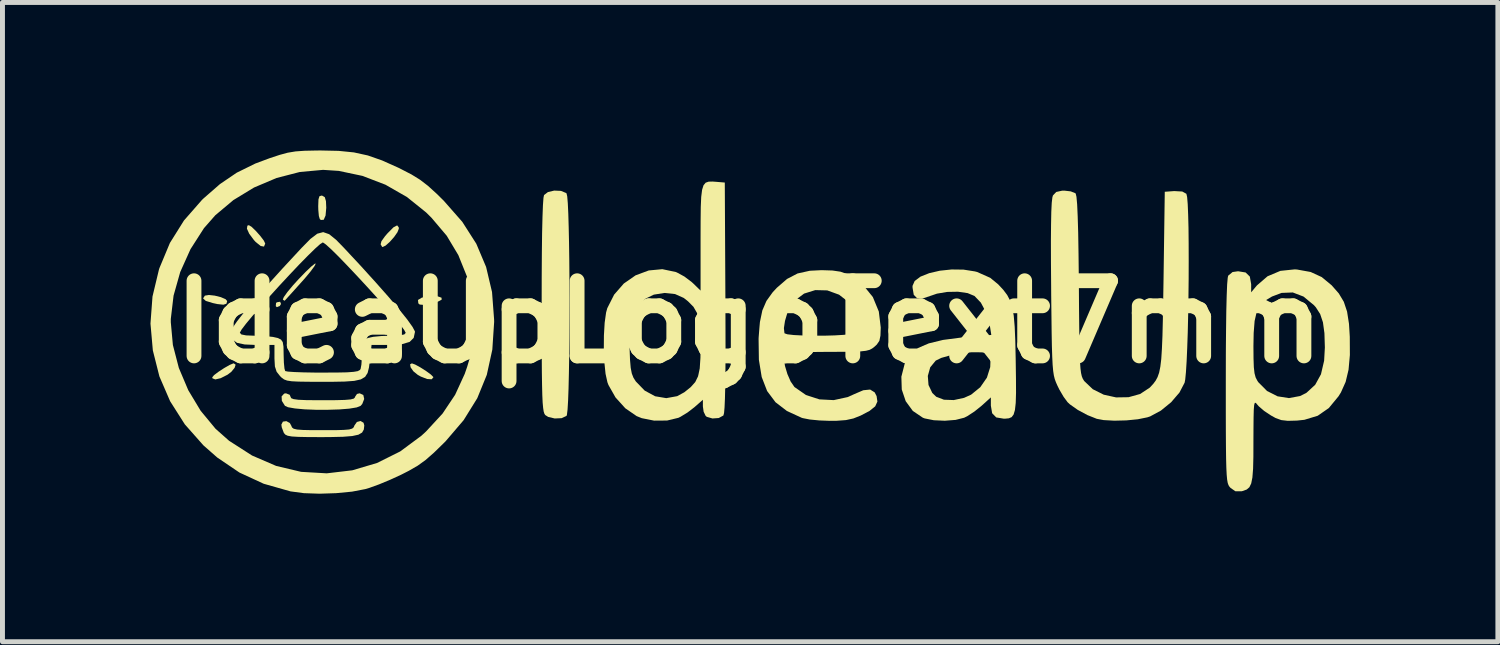
<source format=kicad_pcb>
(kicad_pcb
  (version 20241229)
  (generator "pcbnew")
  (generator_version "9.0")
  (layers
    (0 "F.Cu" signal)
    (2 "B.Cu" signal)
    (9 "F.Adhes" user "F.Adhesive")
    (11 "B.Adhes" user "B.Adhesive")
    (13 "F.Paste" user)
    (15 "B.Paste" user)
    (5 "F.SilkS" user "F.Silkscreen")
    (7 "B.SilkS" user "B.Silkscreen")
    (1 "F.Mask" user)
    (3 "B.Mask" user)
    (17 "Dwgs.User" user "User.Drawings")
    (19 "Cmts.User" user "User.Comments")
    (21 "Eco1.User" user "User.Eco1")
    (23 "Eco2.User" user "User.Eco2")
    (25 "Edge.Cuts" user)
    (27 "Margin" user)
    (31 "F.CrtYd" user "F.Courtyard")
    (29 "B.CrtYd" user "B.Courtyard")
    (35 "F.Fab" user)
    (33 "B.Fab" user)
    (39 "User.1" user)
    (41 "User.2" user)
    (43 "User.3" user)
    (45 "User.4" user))
  (footprint "IdeaUpLogoText7mm"
    (layer "F.Cu")
    (at 12.131 3.475)
    (property "Reference" "IdeaUpLogoText7mm" (at 0 0 0) (layer "F.SilkS") (effects (font (size 1.524 1.524) (thickness 0.3))))
    (attr board_only exclude_from_pos_files exclude_from_bom)
    (fp_poly (pts (xy -9.485 -0.364) (xy -9.511 -0.322) (xy -9.57 -0.299) (xy -9.591 -0.32) (xy -9.586 -0.383) (xy -9.569 -0.398) (xy -9.503 -0.409)) (stroke (width 0) (type solid)) (fill yes) (layer "F.SilkS"))
    (fp_poly (pts (xy -10.829 -0.533) (xy -10.705 -0.502) (xy -10.609 -0.461) (xy -10.576 -0.423) (xy -10.592 -0.368) (xy -10.653 -0.349) (xy -10.775 -0.362) (xy -10.867 -0.382) (xy -11.01 -0.426) (xy -11.065 -0.477) (xy -11.03 -0.53) (xy -11.026 -0.533) (xy -10.947 -0.546)) (stroke (width 0) (type solid)) (fill yes) (layer "F.SilkS"))
    (fp_poly (pts (xy -10.082 -1.928) (xy -9.998 -1.847) (xy -9.907 -1.745) (xy -9.834 -1.649) (xy -9.805 -1.589) (xy -9.83 -1.527) (xy -9.898 -1.539) (xy -9.999 -1.621) (xy -10.034 -1.659) (xy -10.13 -1.788) (xy -10.176 -1.89) (xy -10.167 -1.951) (xy -10.137 -1.961)) (stroke (width 0) (type solid)) (fill yes) (layer "F.SilkS"))
    (fp_poly (pts (xy -10.405 0.867) (xy -10.426 0.931) (xy -10.492 1.011) (xy -10.569 1.07) (xy -10.709 1.141) (xy -10.817 1.166) (xy -10.875 1.143) (xy -10.879 1.123) (xy -10.843 1.079) (xy -10.753 1.011) (xy -10.638 0.936) (xy -10.528 0.873) (xy -10.452 0.841) (xy -10.443 0.84)) (stroke (width 0) (type solid)) (fill yes) (layer "F.SilkS"))
    (fp_poly (pts (xy -8.65 -2.559) (xy -8.598 -2.529) (xy -8.574 -2.448) (xy -8.568 -2.314) (xy -8.582 -2.157) (xy -8.619 -2.071) (xy -8.676 -2.066) (xy -8.699 -2.085) (xy -8.718 -2.147) (xy -8.729 -2.268) (xy -8.731 -2.346) (xy -8.726 -2.483) (xy -8.706 -2.548) (xy -8.662 -2.561)) (stroke (width 0) (type solid)) (fill yes) (layer "F.SilkS"))
    (fp_poly (pts (xy -7.099 -1.917) (xy -7.097 -1.89) (xy -7.125 -1.818) (xy -7.193 -1.721) (xy -7.28 -1.623) (xy -7.365 -1.547) (xy -7.425 -1.518) (xy -7.436 -1.522) (xy -7.466 -1.573) (xy -7.449 -1.637) (xy -7.377 -1.737) (xy -7.326 -1.796) (xy -7.206 -1.917) (xy -7.131 -1.957)) (stroke (width 0) (type solid)) (fill yes) (layer "F.SilkS"))
    (fp_poly (pts (xy -6.766 0.864) (xy -6.66 0.922) (xy -6.544 0.996) (xy -6.447 1.067) (xy -6.398 1.117) (xy -6.397 1.123) (xy -6.432 1.163) (xy -6.525 1.157) (xy -6.653 1.107) (xy -6.712 1.074) (xy -6.802 1.001) (xy -6.858 0.921) (xy -6.869 0.86) (xy -6.833 0.84)) (stroke (width 0) (type solid)) (fill yes) (layer "F.SilkS"))
    (fp_poly (pts (xy -6.308 -0.518) (xy -6.232 -0.491) (xy -6.228 -0.452) (xy -6.304 -0.411) (xy -6.359 -0.398) (xy -6.49 -0.369) (xy -6.591 -0.345) (xy -6.591 -0.345) (xy -6.674 -0.352) (xy -6.702 -0.376) (xy -6.709 -0.445) (xy -6.629 -0.493) (xy -6.46 -0.521) (xy -6.448 -0.522)) (stroke (width 0) (type solid)) (fill yes) (layer "F.SilkS"))
    (fp_poly (pts (xy -8.809 -1.127) (xy -8.888 -1.02) (xy -9.004 -0.881) (xy -9.089 -0.786) (xy -9.221 -0.639) (xy -9.328 -0.521) (xy -9.395 -0.447) (xy -9.411 -0.429) (xy -9.44 -0.445) (xy -9.448 -0.456) (xy -9.428 -0.504) (xy -9.356 -0.605) (xy -9.243 -0.741) (xy -9.128 -0.867) (xy -8.989 -1.011) (xy -8.876 -1.119) (xy -8.803 -1.178) (xy -8.78 -1.183)) (stroke (width 0) (type solid)) (fill yes) (layer "F.SilkS"))
    (fp_poly (pts (xy -7.817 1.481) (xy -7.799 1.562) (xy -7.838 1.662) (xy -7.871 1.701) (xy -7.951 1.733) (xy -8.102 1.758) (xy -8.305 1.774) (xy -8.537 1.781) (xy -8.778 1.781) (xy -9.007 1.772) (xy -9.203 1.754) (xy -9.344 1.729) (xy -9.405 1.701) (xy -9.468 1.601) (xy -9.473 1.509) (xy -9.421 1.453) (xy -9.385 1.447) (xy -9.309 1.477) (xy -9.292 1.517) (xy -9.278 1.546) (xy -9.23 1.565) (xy -9.134 1.578) (xy -8.975 1.585) (xy -8.741 1.587) (xy -8.638 1.587) (xy -8.374 1.586) (xy -8.191 1.581) (xy -8.074 1.571) (xy -8.01 1.554) (xy -7.986 1.529) (xy -7.984 1.517) (xy -7.945 1.46) (xy -7.891 1.447)) (stroke (width 0) (type solid)) (fill yes) (layer "F.SilkS"))
    (fp_poly (pts (xy -7.812 2.044) (xy -7.797 2.098) (xy -7.807 2.182) (xy -7.842 2.243) (xy -7.916 2.286) (xy -8.041 2.313) (xy -8.228 2.328) (xy -8.491 2.334) (xy -8.663 2.335) (xy -8.938 2.334) (xy -9.134 2.33) (xy -9.267 2.322) (xy -9.35 2.307) (xy -9.397 2.285) (xy -9.425 2.253) (xy -9.43 2.244) (xy -9.47 2.137) (xy -9.478 2.081) (xy -9.447 2.021) (xy -9.377 2.011) (xy -9.307 2.049) (xy -9.278 2.101) (xy -9.262 2.139) (xy -9.228 2.165) (xy -9.16 2.181) (xy -9.042 2.19) (xy -8.86 2.194) (xy -8.638 2.194) (xy -8.387 2.194) (xy -8.215 2.189) (xy -8.104 2.18) (xy -8.042 2.162) (xy -8.011 2.135) (xy -7.998 2.101) (xy -7.947 2.028) (xy -7.873 2.008)) (stroke (width 0) (type solid)) (fill yes) (layer "F.SilkS"))
    (fp_poly (pts (xy -3.812 -2.656) (xy -3.706 -2.613) (xy -3.698 -2.605) (xy -3.684 -2.546) (xy -3.672 -2.404) (xy -3.662 -2.192) (xy -3.654 -1.92) (xy -3.647 -1.6) (xy -3.642 -1.243) (xy -3.639 -0.86) (xy -3.637 -0.463) (xy -3.638 -0.062) (xy -3.64 0.33) (xy -3.644 0.703) (xy -3.65 1.045) (xy -3.657 1.346) (xy -3.666 1.593) (xy -3.677 1.775) (xy -3.69 1.882) (xy -3.698 1.905) (xy -3.798 1.951) (xy -3.937 1.957) (xy -4.069 1.926) (xy -4.129 1.888) (xy -4.146 1.862) (xy -4.161 1.816) (xy -4.172 1.743) (xy -4.182 1.634) (xy -4.189 1.481) (xy -4.194 1.277) (xy -4.198 1.013) (xy -4.2 0.682) (xy -4.202 0.274) (xy -4.202 -0.216) (xy -4.202 -0.333) (xy -4.201 -0.904) (xy -4.198 -1.395) (xy -4.193 -1.804) (xy -4.185 -2.129) (xy -4.176 -2.367) (xy -4.165 -2.516) (xy -4.154 -2.571) (xy -4.075 -2.632) (xy -3.948 -2.662)) (stroke (width 0) (type solid)) (fill yes) (layer "F.SilkS"))
    (fp_poly (pts (xy -0.669 -2.84) (xy -0.49 -2.825) (xy -0.478 -0.496) (xy -0.476 0.083) (xy -0.475 0.572) (xy -0.477 0.978) (xy -0.481 1.303) (xy -0.487 1.553) (xy -0.495 1.732) (xy -0.505 1.845) (xy -0.518 1.896) (xy -0.519 1.897) (xy -0.612 1.948) (xy -0.74 1.957) (xy -0.854 1.924) (xy -0.878 1.905) (xy -0.919 1.82) (xy -0.934 1.713) (xy -0.934 1.578) (xy -1.106 1.729) (xy -1.244 1.835) (xy -1.388 1.923) (xy -1.431 1.944) (xy -1.66 1.999) (xy -1.922 2.001) (xy -2.173 1.951) (xy -2.277 1.909) (xy -2.506 1.751) (xy -2.705 1.531) (xy -2.848 1.279) (xy -2.869 1.224) (xy -2.907 1.052) (xy -2.931 0.818) (xy -2.943 0.549) (xy -2.942 0.529) (xy -2.42 0.529) (xy -2.42 0.531) (xy -2.411 0.767) (xy -2.397 0.931) (xy -2.375 1.045) (xy -2.341 1.132) (xy -2.293 1.207) (xy -2.114 1.392) (xy -1.902 1.507) (xy -1.676 1.545) (xy -1.455 1.505) (xy -1.309 1.425) (xy -1.18 1.321) (xy -1.089 1.219) (xy -1.031 1.1) (xy -0.998 0.943) (xy -0.984 0.729) (xy -0.981 0.485) (xy -0.986 0.197) (xy -1.008 -0.018) (xy -1.052 -0.179) (xy -1.125 -0.306) (xy -1.235 -0.417) (xy -1.322 -0.486) (xy -1.499 -0.565) (xy -1.713 -0.587) (xy -1.928 -0.553) (xy -2.09 -0.475) (xy -2.233 -0.351) (xy -2.331 -0.207) (xy -2.391 -0.023) (xy -2.419 0.216) (xy -2.42 0.529) (xy -2.942 0.529) (xy -2.94 0.273) (xy -2.925 0.017) (xy -2.896 -0.191) (xy -2.872 -0.278) (xy -2.733 -0.553) (xy -2.537 -0.778) (xy -2.298 -0.944) (xy -2.032 -1.043) (xy -1.756 -1.069) (xy -1.484 -1.012) (xy -1.458 -1.001) (xy -1.309 -0.92) (xy -1.161 -0.808) (xy -1.132 -0.782) (xy -0.981 -0.635) (xy -0.981 -1.689) (xy -0.98 -2.05) (xy -0.977 -2.328) (xy -0.968 -2.534) (xy -0.95 -2.678) (xy -0.921 -2.77) (xy -0.878 -2.822) (xy -0.818 -2.843) (xy -0.738 -2.845)) (stroke (width 0) (type solid)) (fill yes) (layer "F.SilkS"))
    (fp_poly (pts (xy 4.349 -1.06) (xy 4.578 -1.024) (xy 4.625 -1.012) (xy 4.89 -0.894) (xy 5.052 -0.761) (xy 5.155 -0.65) (xy 5.234 -0.545) (xy 5.294 -0.431) (xy 5.337 -0.295) (xy 5.367 -0.123) (xy 5.386 0.098) (xy 5.398 0.384) (xy 5.406 0.747) (xy 5.407 0.808) (xy 5.412 1.165) (xy 5.413 1.44) (xy 5.407 1.643) (xy 5.391 1.785) (xy 5.364 1.877) (xy 5.324 1.93) (xy 5.267 1.954) (xy 5.192 1.961) (xy 5.163 1.961) (xy 5.012 1.936) (xy 4.929 1.851) (xy 4.903 1.697) (xy 4.903 1.689) (xy 4.903 1.53) (xy 4.711 1.703) (xy 4.57 1.816) (xy 4.426 1.91) (xy 4.362 1.942) (xy 4.188 1.986) (xy 3.969 2.003) (xy 3.747 1.993) (xy 3.562 1.956) (xy 3.525 1.942) (xy 3.321 1.804) (xy 3.177 1.607) (xy 3.097 1.37) (xy 3.089 1.109) (xy 3.093 1.095) (xy 3.625 1.095) (xy 3.639 1.278) (xy 3.716 1.44) (xy 3.796 1.517) (xy 3.952 1.577) (xy 4.151 1.584) (xy 4.36 1.539) (xy 4.502 1.475) (xy 4.688 1.324) (xy 4.823 1.129) (xy 4.89 0.916) (xy 4.894 0.806) (xy 4.877 0.691) (xy 4.833 0.638) (xy 4.732 0.618) (xy 4.7 0.616) (xy 4.511 0.615) (xy 4.293 0.638) (xy 4.079 0.678) (xy 3.899 0.729) (xy 3.786 0.784) (xy 3.674 0.92) (xy 3.625 1.095) (xy 3.093 1.095) (xy 3.157 0.844) (xy 3.171 0.811) (xy 3.274 0.654) (xy 3.428 0.529) (xy 3.645 0.435) (xy 3.933 0.365) (xy 4.301 0.317) (xy 4.347 0.313) (xy 4.912 0.264) (xy 4.882 0.074) (xy 4.813 -0.179) (xy 4.7 -0.391) (xy 4.571 -0.526) (xy 4.432 -0.584) (xy 4.237 -0.612) (xy 4.019 -0.608) (xy 3.81 -0.573) (xy 3.711 -0.539) (xy 3.528 -0.478) (xy 3.407 -0.48) (xy 3.34 -0.55) (xy 3.316 -0.692) (xy 3.315 -0.73) (xy 3.359 -0.83) (xy 3.477 -0.918) (xy 3.653 -0.988) (xy 3.869 -1.038) (xy 4.107 -1.063)) (stroke (width 0) (type solid)) (fill yes) (layer "F.SilkS"))
    (fp_poly (pts (xy 1.693 -1.042) (xy 1.855 -1.018) (xy 1.988 -0.971) (xy 2.031 -0.949) (xy 2.31 -0.752) (xy 2.511 -0.504) (xy 2.632 -0.21) (xy 2.671 0.113) (xy 2.665 0.278) (xy 2.643 0.383) (xy 2.592 0.458) (xy 2.547 0.5) (xy 2.498 0.538) (xy 2.445 0.566) (xy 2.372 0.585) (xy 2.265 0.597) (xy 2.109 0.604) (xy 1.89 0.606) (xy 1.591 0.607) (xy 1.588 0.607) (xy 1.273 0.61) (xy 1.021 0.617) (xy 0.84 0.629) (xy 0.74 0.645) (xy 0.723 0.654) (xy 0.708 0.749) (xy 0.73 0.893) (xy 0.779 1.057) (xy 0.845 1.208) (xy 0.92 1.317) (xy 0.924 1.321) (xy 1.156 1.482) (xy 1.428 1.57) (xy 1.718 1.585) (xy 2.003 1.523) (xy 2.124 1.468) (xy 2.317 1.385) (xy 2.456 1.371) (xy 2.548 1.428) (xy 2.587 1.503) (xy 2.603 1.615) (xy 2.559 1.711) (xy 2.444 1.804) (xy 2.265 1.898) (xy 2.116 1.957) (xy 1.965 1.99) (xy 1.775 2.004) (xy 1.634 2.005) (xy 1.427 1.997) (xy 1.233 1.978) (xy 1.09 1.95) (xy 1.068 1.943) (xy 0.77 1.806) (xy 0.538 1.628) (xy 0.368 1.401) (xy 0.258 1.117) (xy 0.201 0.768) (xy 0.195 0.346) (xy 0.197 0.304) (xy 0.211 0.126) (xy 0.708 0.126) (xy 0.719 0.225) (xy 0.723 0.232) (xy 0.779 0.251) (xy 0.909 0.266) (xy 1.09 0.275) (xy 1.303 0.279) (xy 1.526 0.279) (xy 1.739 0.273) (xy 1.922 0.262) (xy 2.053 0.246) (xy 2.104 0.232) (xy 2.176 0.147) (xy 2.19 0.015) (xy 2.154 -0.142) (xy 2.075 -0.303) (xy 1.96 -0.448) (xy 1.826 -0.552) (xy 1.587 -0.639) (xy 1.344 -0.645) (xy 1.117 -0.574) (xy 0.927 -0.431) (xy 0.843 -0.32) (xy 0.777 -0.179) (xy 0.73 -0.02) (xy 0.708 0.126) (xy 0.211 0.126) (xy 0.222 0.002) (xy 0.271 -0.233) (xy 0.354 -0.425) (xy 0.479 -0.599) (xy 0.565 -0.692) (xy 0.772 -0.871) (xy 0.985 -0.982) (xy 1.234 -1.037) (xy 1.471 -1.049)) (stroke (width 0) (type solid)) (fill yes) (layer "F.SilkS"))
    (fp_poly (pts (xy 6.522 -2.646) (xy 6.613 -2.61) (xy 6.623 -2.6) (xy 6.638 -2.536) (xy 6.652 -2.382) (xy 6.663 -2.138) (xy 6.673 -1.804) (xy 6.68 -1.377) (xy 6.686 -0.858) (xy 6.687 -0.736) (xy 6.69 -0.277) (xy 6.694 0.097) (xy 6.698 0.397) (xy 6.703 0.631) (xy 6.71 0.81) (xy 6.719 0.941) (xy 6.731 1.035) (xy 6.746 1.101) (xy 6.765 1.149) (xy 6.788 1.187) (xy 6.796 1.199) (xy 6.969 1.364) (xy 7.191 1.475) (xy 7.441 1.53) (xy 7.694 1.526) (xy 7.928 1.461) (xy 8.121 1.334) (xy 8.136 1.319) (xy 8.195 1.255) (xy 8.243 1.191) (xy 8.282 1.118) (xy 8.314 1.027) (xy 8.338 0.908) (xy 8.357 0.751) (xy 8.37 0.547) (xy 8.381 0.286) (xy 8.389 -0.041) (xy 8.396 -0.443) (xy 8.403 -0.864) (xy 8.428 -2.638) (xy 8.619 -2.652) (xy 8.783 -2.643) (xy 8.866 -2.597) (xy 8.881 -2.533) (xy 8.893 -2.387) (xy 8.902 -2.173) (xy 8.909 -1.903) (xy 8.912 -1.588) (xy 8.913 -1.243) (xy 8.912 -0.878) (xy 8.908 -0.507) (xy 8.902 -0.141) (xy 8.894 0.207) (xy 8.883 0.525) (xy 8.871 0.799) (xy 8.857 1.019) (xy 8.842 1.171) (xy 8.83 1.232) (xy 8.726 1.431) (xy 8.557 1.628) (xy 8.35 1.797) (xy 8.132 1.915) (xy 8.075 1.934) (xy 7.883 1.973) (xy 7.649 1.996) (xy 7.406 2.002) (xy 7.189 1.99) (xy 7.05 1.964) (xy 6.859 1.888) (xy 6.664 1.783) (xy 6.505 1.671) (xy 6.457 1.626) (xy 6.378 1.519) (xy 6.29 1.369) (xy 6.248 1.283) (xy 6.221 1.221) (xy 6.198 1.158) (xy 6.18 1.085) (xy 6.166 0.993) (xy 6.155 0.87) (xy 6.147 0.707) (xy 6.14 0.494) (xy 6.135 0.221) (xy 6.131 -0.122) (xy 6.126 -0.545) (xy 6.125 -0.707) (xy 6.121 -1.217) (xy 6.12 -1.639) (xy 6.123 -1.976) (xy 6.128 -2.233) (xy 6.137 -2.415) (xy 6.15 -2.525) (xy 6.161 -2.563) (xy 6.228 -2.634) (xy 6.347 -2.66) (xy 6.393 -2.661)) (stroke (width 0) (type solid)) (fill yes) (layer "F.SilkS"))
    (fp_poly (pts (xy 11.109 -1.062) (xy 11.385 -1.012) (xy 11.609 -0.909) (xy 11.81 -0.743) (xy 11.955 -0.578) (xy 12.057 -0.408) (xy 12.123 -0.21) (xy 12.162 0.039) (xy 12.178 0.301) (xy 12.18 0.671) (xy 12.153 0.969) (xy 12.094 1.216) (xy 11.999 1.428) (xy 11.95 1.507) (xy 11.753 1.746) (xy 11.528 1.902) (xy 11.258 1.984) (xy 11.108 2) (xy 10.922 2.005) (xy 10.79 1.99) (xy 10.674 1.948) (xy 10.579 1.895) (xy 10.442 1.804) (xy 10.332 1.709) (xy 10.298 1.67) (xy 10.272 1.64) (xy 10.253 1.641) (xy 10.24 1.684) (xy 10.232 1.78) (xy 10.228 1.939) (xy 10.226 2.173) (xy 10.225 2.409) (xy 10.224 2.734) (xy 10.218 2.978) (xy 10.204 3.154) (xy 10.18 3.274) (xy 10.143 3.351) (xy 10.089 3.397) (xy 10.015 3.425) (xy 9.984 3.433) (xy 9.859 3.432) (xy 9.763 3.366) (xy 9.739 3.34) (xy 9.72 3.309) (xy 9.704 3.264) (xy 9.692 3.196) (xy 9.683 3.097) (xy 9.676 2.958) (xy 9.671 2.771) (xy 9.668 2.527) (xy 9.666 2.218) (xy 9.665 1.835) (xy 9.665 1.369) (xy 9.665 1.211) (xy 9.666 0.656) (xy 9.667 0.489) (xy 10.225 0.489) (xy 10.227 0.74) (xy 10.233 0.917) (xy 10.247 1.04) (xy 10.27 1.126) (xy 10.306 1.195) (xy 10.325 1.223) (xy 10.501 1.4) (xy 10.714 1.508) (xy 10.945 1.544) (xy 11.172 1.502) (xy 11.301 1.436) (xy 11.477 1.274) (xy 11.594 1.061) (xy 11.658 0.786) (xy 11.673 0.518) (xy 11.664 0.227) (xy 11.634 0.008) (xy 11.578 -0.159) (xy 11.491 -0.295) (xy 11.452 -0.339) (xy 11.24 -0.514) (xy 11.023 -0.597) (xy 10.796 -0.588) (xy 10.602 -0.515) (xy 10.46 -0.43) (xy 10.359 -0.329) (xy 10.29 -0.198) (xy 10.249 -0.019) (xy 10.23 0.223) (xy 10.225 0.489) (xy 9.667 0.489) (xy 9.67 0.179) (xy 9.675 -0.218) (xy 9.683 -0.53) (xy 9.692 -0.757) (xy 9.704 -0.894) (xy 9.713 -0.937) (xy 9.802 -1.011) (xy 9.914 -1.027) (xy 10.067 -1.002) (xy 10.152 -0.919) (xy 10.179 -0.766) (xy 10.179 -0.757) (xy 10.179 -0.6) (xy 10.296 -0.74) (xy 10.511 -0.925) (xy 10.772 -1.035) (xy 11.062 -1.065)) (stroke (width 0) (type solid)) (fill yes) (layer "F.SilkS"))
    (fp_poly (pts (xy -8.317 -3.467) (xy -8.008 -3.436) (xy -7.725 -3.374) (xy -7.436 -3.273) (xy -7.108 -3.126) (xy -7.05 -3.097) (xy -6.839 -2.988) (xy -6.666 -2.881) (xy -6.506 -2.758) (xy -6.33 -2.598) (xy -6.185 -2.455) (xy -5.811 -2.029) (xy -5.527 -1.585) (xy -5.328 -1.114) (xy -5.208 -0.606) (xy -5.166 -0.05) (xy -5.165 0) (xy -5.202 0.561) (xy -5.314 1.073) (xy -5.507 1.546) (xy -5.784 1.992) (xy -6.149 2.419) (xy -6.185 2.455) (xy -6.387 2.652) (xy -6.555 2.799) (xy -6.716 2.915) (xy -6.897 3.019) (xy -7.05 3.097) (xy -7.272 3.199) (xy -7.498 3.293) (xy -7.694 3.364) (xy -7.774 3.388) (xy -8.045 3.44) (xy -8.366 3.471) (xy -8.704 3.482) (xy -9.022 3.471) (xy -9.285 3.436) (xy -9.292 3.435) (xy -9.837 3.28) (xy -10.328 3.053) (xy -10.777 2.749) (xy -11.058 2.502) (xy -11.435 2.076) (xy -11.733 1.607) (xy -11.95 1.105) (xy -12.083 0.578) (xy -12.131 0.035) (xy -12.129 0.006) (xy -11.719 0.006) (xy -11.677 0.467) (xy -11.556 0.933) (xy -11.365 1.384) (xy -11.114 1.801) (xy -10.812 2.166) (xy -10.538 2.409) (xy -10.072 2.708) (xy -9.583 2.919) (xy -9.077 3.039) (xy -8.558 3.069) (xy -8.041 3.008) (xy -7.538 2.859) (xy -7.069 2.625) (xy -6.642 2.309) (xy -6.544 2.219) (xy -6.211 1.858) (xy -5.956 1.477) (xy -5.761 1.052) (xy -5.712 0.91) (xy -5.655 0.719) (xy -5.618 0.547) (xy -5.599 0.362) (xy -5.591 0.13) (xy -5.59 0) (xy -5.594 -0.263) (xy -5.608 -0.466) (xy -5.636 -0.64) (xy -5.683 -0.818) (xy -5.712 -0.91) (xy -5.891 -1.354) (xy -6.126 -1.746) (xy -6.434 -2.11) (xy -6.544 -2.219) (xy -6.932 -2.531) (xy -7.368 -2.781) (xy -7.835 -2.96) (xy -8.314 -3.061) (xy -8.632 -3.082) (xy -9.104 -3.039) (xy -9.576 -2.917) (xy -10.032 -2.724) (xy -10.451 -2.469) (xy -10.817 -2.162) (xy -11.047 -1.9) (xy -11.32 -1.474) (xy -11.528 -1.011) (xy -11.663 -0.533) (xy -11.719 -0.06) (xy -11.719 0.006) (xy -12.129 0.006) (xy -12.09 -0.515) (xy -11.959 -1.062) (xy -11.95 -1.09) (xy -11.737 -1.601) (xy -11.452 -2.056) (xy -11.088 -2.472) (xy -11.058 -2.501) (xy -10.721 -2.795) (xy -10.382 -3.025) (xy -10.006 -3.21) (xy -9.709 -3.321) (xy -9.511 -3.386) (xy -9.348 -3.43) (xy -9.191 -3.456) (xy -9.01 -3.469) (xy -8.775 -3.474) (xy -8.685 -3.475)) (stroke (width 0) (type solid)) (fill yes) (layer "F.SilkS"))
    (fp_poly (pts (xy -8.509 -1.778) (xy -8.368 -1.664) (xy -8.212 -1.504) (xy -7.87 -1.137) (xy -7.567 -0.803) (xy -7.305 -0.507) (xy -7.091 -0.254) (xy -6.927 -0.05) (xy -6.82 0.1) (xy -6.772 0.19) (xy -6.77 0.203) (xy -6.796 0.324) (xy -6.878 0.405) (xy -7.029 0.45) (xy -7.259 0.467) (xy -7.295 0.467) (xy -7.65 0.467) (xy -7.683 0.772) (xy -7.702 0.923) (xy -7.73 1.035) (xy -7.781 1.114) (xy -7.867 1.165) (xy -8.001 1.195) (xy -8.195 1.209) (xy -8.463 1.214) (xy -8.65 1.214) (xy -8.929 1.213) (xy -9.129 1.21) (xy -9.268 1.203) (xy -9.361 1.189) (xy -9.423 1.166) (xy -9.47 1.132) (xy -9.504 1.099) (xy -9.574 1.01) (xy -9.609 0.903) (xy -9.618 0.741) (xy -9.618 0.726) (xy -9.618 0.467) (xy -9.989 0.467) (xy -10.222 0.457) (xy -10.377 0.424) (xy -10.466 0.359) (xy -10.503 0.258) (xy -10.505 0.219) (xy -10.319 0.219) (xy -10.289 0.254) (xy -10.193 0.273) (xy -10.018 0.28) (xy -9.995 0.28) (xy -9.811 0.287) (xy -9.65 0.304) (xy -9.551 0.326) (xy -9.486 0.358) (xy -9.45 0.409) (xy -9.435 0.502) (xy -9.432 0.664) (xy -9.432 0.668) (xy -9.427 0.827) (xy -9.415 0.946) (xy -9.4 0.996) (xy -9.345 1.007) (xy -9.214 1.016) (xy -9.022 1.023) (xy -8.786 1.027) (xy -8.635 1.027) (xy -8.353 1.026) (xy -8.15 1.022) (xy -8.014 1.012) (xy -7.931 0.998) (xy -7.887 0.975) (xy -7.872 0.953) (xy -7.856 0.867) (xy -7.846 0.725) (xy -7.844 0.625) (xy -7.84 0.476) (xy -7.819 0.392) (xy -7.771 0.346) (xy -7.724 0.326) (xy -7.616 0.302) (xy -7.452 0.286) (xy -7.281 0.28) (xy -7.092 0.274) (xy -6.987 0.254) (xy -6.957 0.222) (xy -6.988 0.164) (xy -7.073 0.05) (xy -7.203 -0.106) (xy -7.366 -0.296) (xy -7.553 -0.506) (xy -7.752 -0.725) (xy -7.954 -0.943) (xy -8.148 -1.148) (xy -8.323 -1.329) (xy -8.47 -1.474) (xy -8.578 -1.571) (xy -8.636 -1.611) (xy -8.638 -1.611) (xy -8.692 -1.577) (xy -8.796 -1.484) (xy -8.94 -1.343) (xy -9.114 -1.166) (xy -9.307 -0.962) (xy -9.509 -0.745) (xy -9.709 -0.525) (xy -9.897 -0.314) (xy -10.062 -0.123) (xy -10.195 0.037) (xy -10.284 0.154) (xy -10.319 0.217) (xy -10.319 0.219) (xy -10.505 0.219) (xy -10.506 0.206) (xy -10.473 0.129) (xy -10.378 -0.01) (xy -10.225 -0.206) (xy -10.017 -0.453) (xy -9.759 -0.747) (xy -9.454 -1.084) (xy -9.106 -1.459) (xy -9.064 -1.504) (xy -8.888 -1.683) (xy -8.75 -1.788) (xy -8.63 -1.82)) (stroke (width 0) (type solid)) (fill yes) (layer "F.SilkS")))
  (gr_rect
    (start -3 -3)
    (end 27.311 9.957)
    (stroke (width 0.1) (type default))
    (fill no)
    (layer "Edge.Cuts")))
</source>
